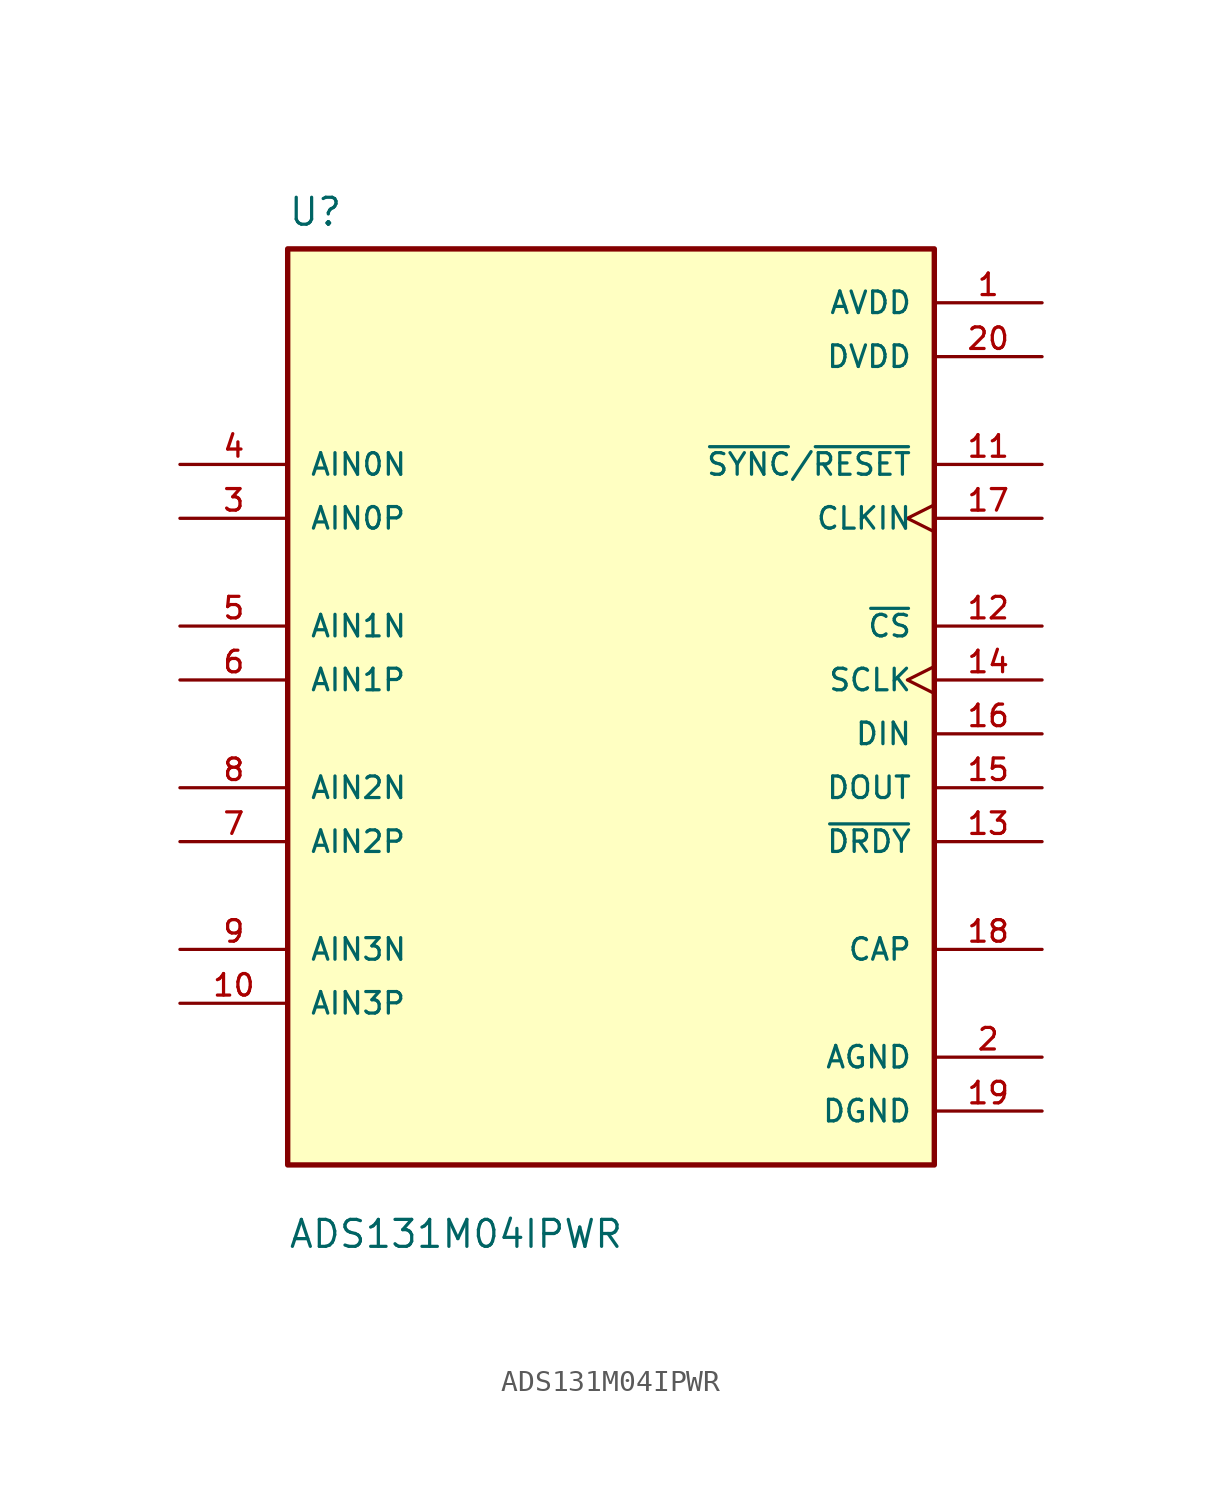
<source format=kicad_sym>
(kicad_symbol_lib
  (version 20211014)
  (generator kicad_symbol_editor)
  (symbol "ADS131M04IPWR"
    (pin_names
      (offset 1.016))
    (property "Reference" "U"
      (at -15.24 23.86 0.0)
      (effects (font (size 1.27 1.27)) (justify bottom left)))
    (property "Value" "ADS131M04IPWR"
      (at -15.24 -24.32 0.0)
      (effects (font (size 1.27 1.27)) (justify bottom left)))
    (symbol "ADS131M04IPWR_0_0"
      (rectangle (start -15.24 -20.32) (end 15.24 22.86) (stroke (width 0.254)) (fill (type background)))
      (pin input clock (at 20.32 10.16 180.0) (length 5.08) (name "CLKIN" (effects (font (size 1.016 1.016)))) (number "17" (effects (font (size 1.016 1.016)))))
      (pin input line (at 20.32 0.0 180.0) (length 5.08) (name "DIN" (effects (font (size 1.016 1.016)))) (number "16" (effects (font (size 1.016 1.016)))))
      (pin input clock (at 20.32 2.54 180.0) (length 5.08) (name "SCLK" (effects (font (size 1.016 1.016)))) (number "14" (effects (font (size 1.016 1.016)))))
      (pin input line (at -20.32 2.54 0) (length 5.08) (name "AIN1P" (effects (font (size 1.016 1.016)))) (number "6" (effects (font (size 1.016 1.016)))))
      (pin input line (at -20.32 5.08 0) (length 5.08) (name "AIN1N" (effects (font (size 1.016 1.016)))) (number "5" (effects (font (size 1.016 1.016)))))
      (pin input line (at -20.32 -5.08 0) (length 5.08) (name "AIN2P" (effects (font (size 1.016 1.016)))) (number "7" (effects (font (size 1.016 1.016)))))
      (pin input line (at -20.32 10.16 0) (length 5.08) (name "AIN0P" (effects (font (size 1.016 1.016)))) (number "3" (effects (font (size 1.016 1.016)))))
      (pin input line (at -20.32 12.7 0) (length 5.08) (name "AIN0N" (effects (font (size 1.016 1.016)))) (number "4" (effects (font (size 1.016 1.016)))))
      (pin output line (at 20.32 -10.16 180.0) (length 5.08) (name "CAP" (effects (font (size 1.016 1.016)))) (number "18" (effects (font (size 1.016 1.016)))))
      (pin input line (at 20.32 5.08 180.0) (length 5.08) (name "~{CS}" (effects (font (size 1.016 1.016)))) (number "12" (effects (font (size 1.016 1.016)))))
      (pin output line (at 20.32 -5.08 180.0) (length 5.08) (name "~{DRDY}" (effects (font (size 1.016 1.016)))) (number "13" (effects (font (size 1.016 1.016)))))
      (pin input line (at 20.32 12.7 180.0) (length 5.08) (name "~{SYNC}/~{RESET}" (effects (font (size 1.016 1.016)))) (number "11" (effects (font (size 1.016 1.016)))))
      (pin power_in line (at 20.32 20.32 180.0) (length 5.08) (name "AVDD" (effects (font (size 1.016 1.016)))) (number "1" (effects (font (size 1.016 1.016)))))
      (pin power_in line (at 20.32 17.78 180.0) (length 5.08) (name "DVDD" (effects (font (size 1.016 1.016)))) (number "20" (effects (font (size 1.016 1.016)))))
      (pin output line (at 20.32 -2.54 180.0) (length 5.08) (name "DOUT" (effects (font (size 1.016 1.016)))) (number "15" (effects (font (size 1.016 1.016)))))
      (pin input line (at -20.32 -2.54 0) (length 5.08) (name "AIN2N" (effects (font (size 1.016 1.016)))) (number "8" (effects (font (size 1.016 1.016)))))
      (pin input line (at -20.32 -12.7 0) (length 5.08) (name "AIN3P" (effects (font (size 1.016 1.016)))) (number "10" (effects (font (size 1.016 1.016)))))
      (pin input line (at -20.32 -10.16 0) (length 5.08) (name "AIN3N" (effects (font (size 1.016 1.016)))) (number "9" (effects (font (size 1.016 1.016)))))
      (pin power_in line (at 20.32 -15.24 180.0) (length 5.08) (name "AGND" (effects (font (size 1.016 1.016)))) (number "2" (effects (font (size 1.016 1.016)))))
      (pin power_in line (at 20.32 -17.78 180.0) (length 5.08) (name "DGND" (effects (font (size 1.016 1.016)))) (number "19" (effects (font (size 1.016 1.016))))))))
</source>
